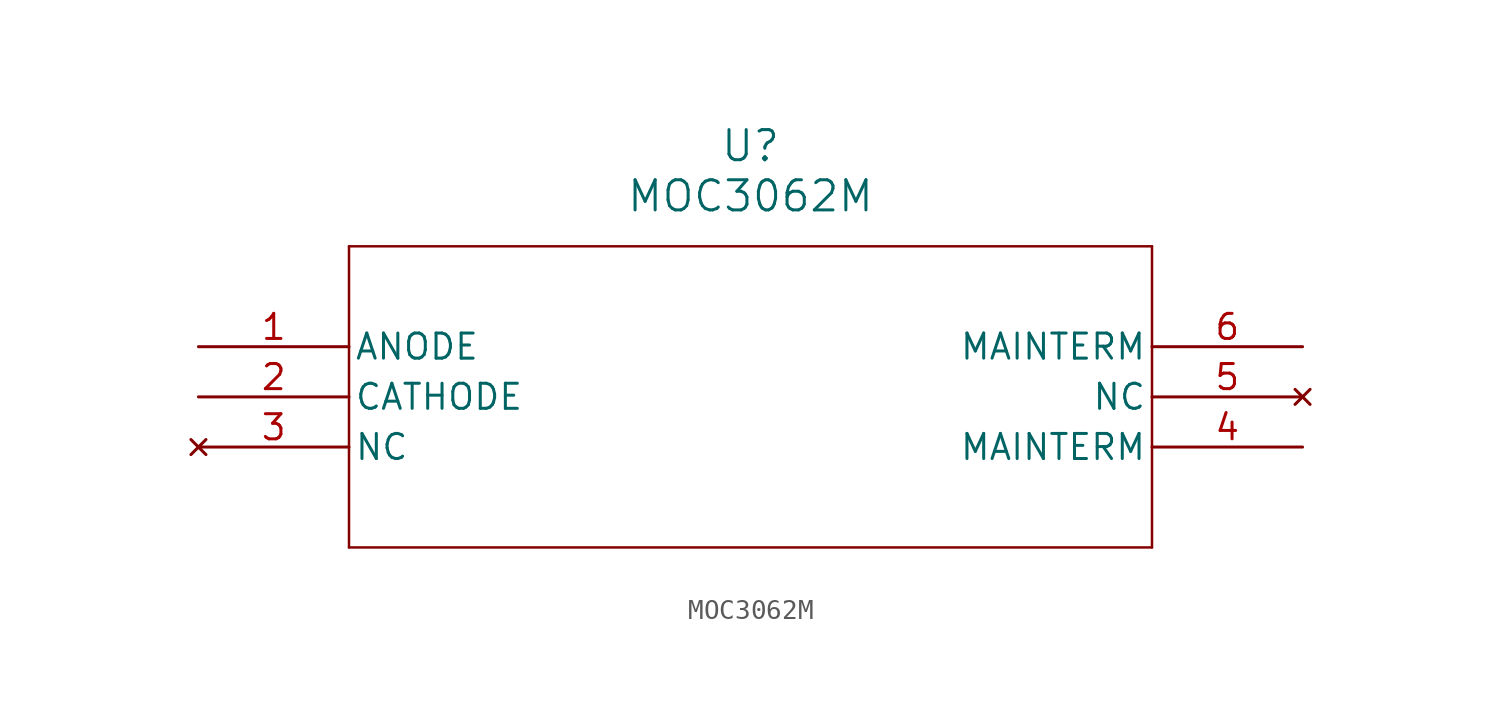
<source format=kicad_sym>
(kicad_symbol_lib
  (version 20231120)
  (generator "kicad_symbol_editor")
  (generator_version "8.0")
  (symbol "MOC3062M"
    (pin_names
      (offset 0.254))
    (property "Reference" "U"
      (at 27.94 10.16 0)
      (effects (font (size 1.524 1.524))))
    (property "Value" "MOC3062M"
      (at 27.94 7.62 0)
      (effects (font (size 1.524 1.524))))
    (symbol "MOC3062M_0_1"
      (polyline (pts (xy 7.62 -10.16) (xy 48.26 -10.16)) (stroke (width 0.127) (type default)) (fill (type none)))
      (polyline (pts (xy 7.62 5.08) (xy 7.62 -10.16)) (stroke (width 0.127) (type default)) (fill (type none)))
      (polyline (pts (xy 48.26 -10.16) (xy 48.26 5.08)) (stroke (width 0.127) (type default)) (fill (type none)))
      (polyline (pts (xy 48.26 5.08) (xy 7.62 5.08)) (stroke (width 0.127) (type default)) (fill (type none)))
      (pin input line (at 0 0 0) (length 7.62) (name "ANODE" (effects (font (size 1.27 1.27)))) (number "1" (effects (font (size 1.27 1.27)))))
      (pin output line (at 0 -2.54 0) (length 7.62) (name "CATHODE" (effects (font (size 1.27 1.27)))) (number "2" (effects (font (size 1.27 1.27)))))
      (pin no_connect line (at 0 -5.08 0) (length 7.62) (name "NC" (effects (font (size 1.27 1.27)))) (number "3" (effects (font (size 1.27 1.27)))))
      (pin input line (at 55.88 -5.08 180) (length 7.62) (name "MAINTERM" (effects (font (size 1.27 1.27)))) (number "4" (effects (font (size 1.27 1.27)))))
      (pin no_connect line (at 55.88 -2.54 180) (length 7.62) (name "NC" (effects (font (size 1.27 1.27)))) (number "5" (effects (font (size 1.27 1.27)))))
      (pin input line (at 55.88 0 180) (length 7.62) (name "MAINTERM" (effects (font (size 1.27 1.27)))) (number "6" (effects (font (size 1.27 1.27))))))))
</source>
